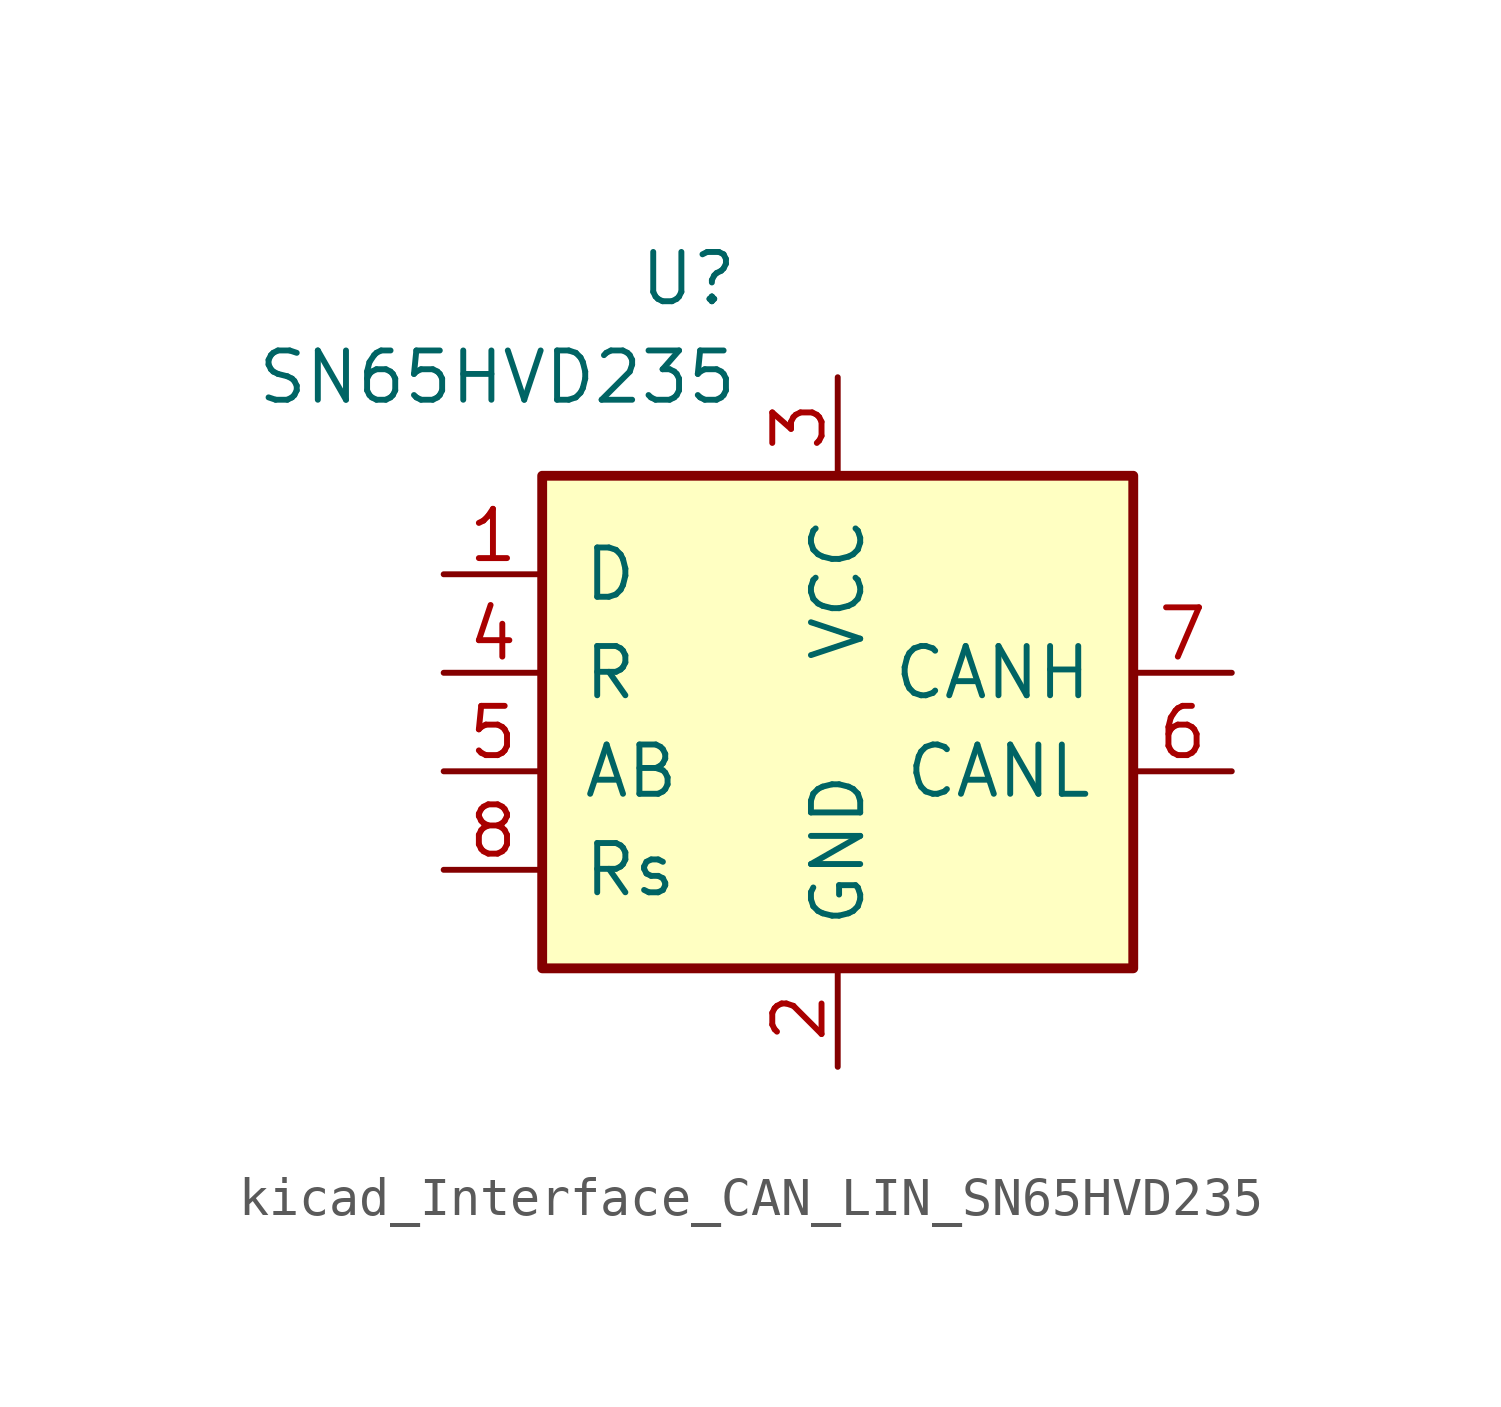
<source format=kicad_sym>
(kicad_symbol_lib
  (version 20220914)
  (generator kicad_symbol_editor)
  (symbol "kicad_Interface_CAN_LIN_SN65HVD235"
    (pin_names
      (offset 1.016))
    (property "Reference" "U"
      (at -2.54 10.16 0)
      (effects (font (size 1.27 1.27)) (justify right)))
    (property "Value" "SN65HVD235"
      (at -2.54 7.62 0)
      (effects (font (size 1.27 1.27)) (justify right)))
    (symbol "kicad_Interface_CAN_LIN_SN65HVD235_0_1"
      (rectangle (start -7.62 5.08) (end 7.62 -7.62) (stroke (width 0.254) (type default)) (fill (type background))))
    (symbol "kicad_Interface_CAN_LIN_SN65HVD235_1_1"
      (pin input line (at -10.16 2.54 0) (length 2.54) (name "D" (effects (font (size 1.27 1.27)))) (number "1" (effects (font (size 1.27 1.27)))))
      (pin power_in line (at 0 -10.16 90) (length 2.54) (name "GND" (effects (font (size 1.27 1.27)))) (number "2" (effects (font (size 1.27 1.27)))))
      (pin power_in line (at 0 7.62 270) (length 2.54) (name "VCC" (effects (font (size 1.27 1.27)))) (number "3" (effects (font (size 1.27 1.27)))))
      (pin output line (at -10.16 0 0) (length 2.54) (name "R" (effects (font (size 1.27 1.27)))) (number "4" (effects (font (size 1.27 1.27)))))
      (pin input line (at -10.16 -2.54 0) (length 2.54) (name "AB" (effects (font (size 1.27 1.27)))) (number "5" (effects (font (size 1.27 1.27)))))
      (pin bidirectional line (at 10.16 -2.54 180) (length 2.54) (name "CANL" (effects (font (size 1.27 1.27)))) (number "6" (effects (font (size 1.27 1.27)))))
      (pin bidirectional line (at 10.16 0 180) (length 2.54) (name "CANH" (effects (font (size 1.27 1.27)))) (number "7" (effects (font (size 1.27 1.27)))))
      (pin input line (at -10.16 -5.08 0) (length 2.54) (name "Rs" (effects (font (size 1.27 1.27)))) (number "8" (effects (font (size 1.27 1.27))))))))
</source>
